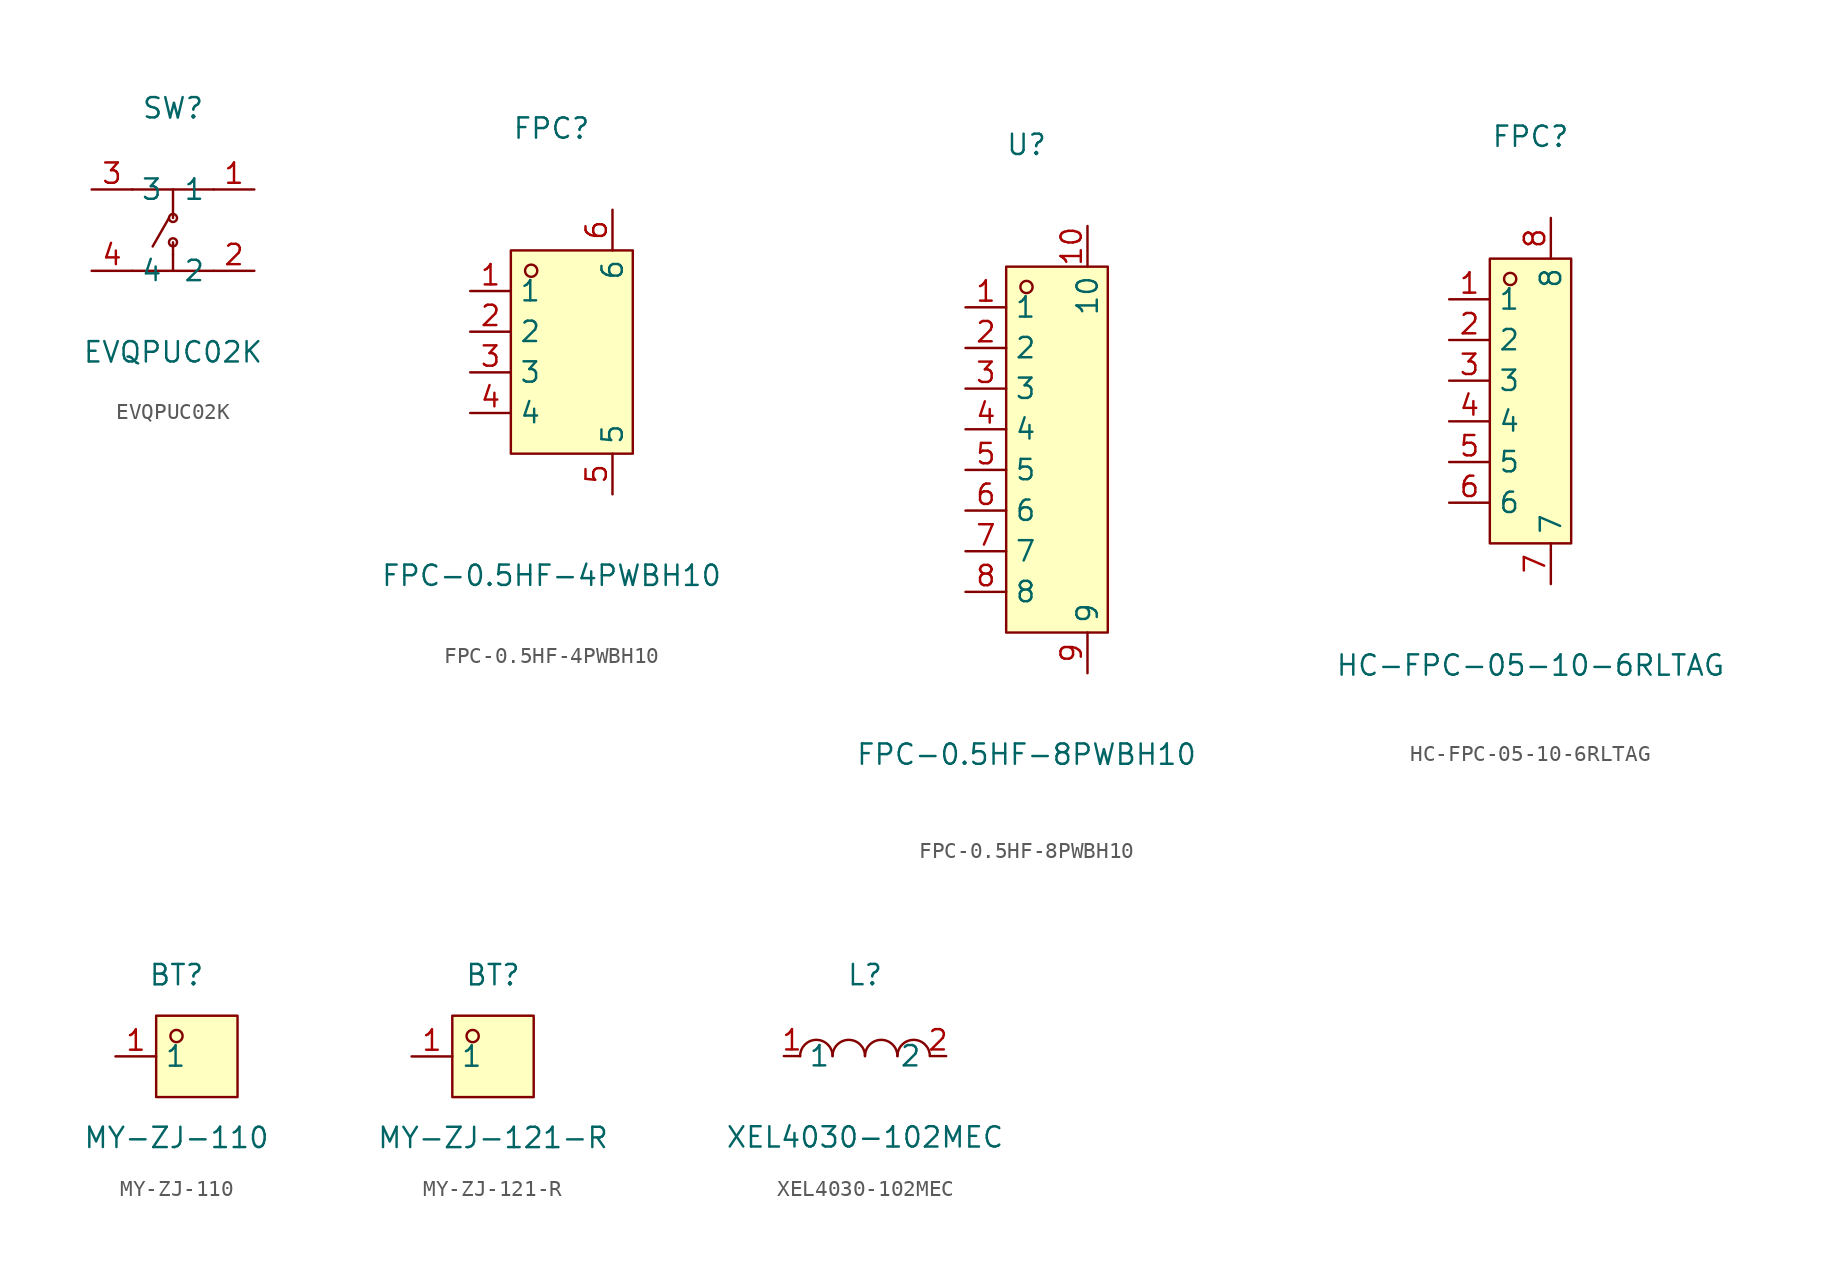
<source format=kicad_sym>
(kicad_symbol_lib
  (version 20211014)
  (generator https://github.com/uPesy/easyeda2kicad.py)
  (symbol "EVQPUC02K"
    (property "Reference" "SW"
      (at 0 7.62 0)
      (effects (font (size 1.27 1.27))))
    (property "Value" "EVQPUC02K"
      (at 0 -7.62 0)
      (effects (font (size 1.27 1.27))))
    (symbol "EVQPUC02K_0_1"
      (circle (center 0.00 -0.76) (radius 0.25) (stroke (width 0) (type default) (color 0 0 0 0)) (fill (type none)))
      (circle (center 0.00 0.76) (radius 0.25) (stroke (width 0) (type default) (color 0 0 0 0)) (fill (type none)))
      (polyline (pts (xy -1.27 -1.02) (xy -0.25 0.76)) (stroke (width 0) (type default) (color 0 0 0 0)) (fill (type none)))
      (polyline (pts (xy 0.00 -1.52) (xy 0.00 -0.76)) (stroke (width 0) (type default) (color 0 0 0 0)) (fill (type none)))
      (polyline (pts (xy 0.00 2.54) (xy 0.00 0.76)) (stroke (width 0) (type default) (color 0 0 0 0)) (fill (type none)))
      (polyline (pts (xy 0.00 -2.54) (xy 0.00 -1.52)) (stroke (width 0) (type default) (color 0 0 0 0)) (fill (type none)))
      (polyline (pts (xy -2.54 2.54) (xy 2.54 2.54)) (stroke (width 0) (type default) (color 0 0 0 0)) (fill (type none)))
      (polyline (pts (xy -2.54 -2.54) (xy 2.54 -2.54)) (stroke (width 0) (type default) (color 0 0 0 0)) (fill (type none)))
      (pin unspecified line (at 5.08 2.54 180) (length 2.54) (name "1" (effects (font (size 1.27 1.27)))) (number "1" (effects (font (size 1.27 1.27)))))
      (pin unspecified line (at -5.08 2.54 0) (length 2.54) (name "3" (effects (font (size 1.27 1.27)))) (number "3" (effects (font (size 1.27 1.27)))))
      (pin unspecified line (at 5.08 -2.54 180) (length 2.54) (name "2" (effects (font (size 1.27 1.27)))) (number "2" (effects (font (size 1.27 1.27)))))
      (pin unspecified line (at -5.08 -2.54 0) (length 2.54) (name "4" (effects (font (size 1.27 1.27)))) (number "4" (effects (font (size 1.27 1.27)))))))
  (symbol "FPC-0.5HF-4PWBH10"
    (property "Reference" "FPC"
      (at 0 13.97 0)
      (effects (font (size 1.27 1.27))))
    (property "Value" "FPC-0.5HF-4PWBH10"
      (at 0 -13.97 0)
      (effects (font (size 1.27 1.27))))
    (symbol "FPC-0.5HF-4PWBH10_0_1"
      (rectangle (start -2.54 6.35) (end 5.08 -6.35) (stroke (width 0) (type default) (color 0 0 0 0)) (fill (type background)))
      (circle (center -1.27 5.08) (radius 0.38) (stroke (width 0) (type default) (color 0 0 0 0)) (fill (type none)))
      (pin unspecified line (at -5.08 3.81 0) (length 2.54) (name "1" (effects (font (size 1.27 1.27)))) (number "1" (effects (font (size 1.27 1.27)))))
      (pin unspecified line (at -5.08 1.27 0) (length 2.54) (name "2" (effects (font (size 1.27 1.27)))) (number "2" (effects (font (size 1.27 1.27)))))
      (pin unspecified line (at -5.08 -1.27 0) (length 2.54) (name "3" (effects (font (size 1.27 1.27)))) (number "3" (effects (font (size 1.27 1.27)))))
      (pin unspecified line (at -5.08 -3.81 0) (length 2.54) (name "4" (effects (font (size 1.27 1.27)))) (number "4" (effects (font (size 1.27 1.27)))))
      (pin unspecified line (at 3.81 -8.89 90) (length 2.54) (name "5" (effects (font (size 1.27 1.27)))) (number "5" (effects (font (size 1.27 1.27)))))
      (pin unspecified line (at 3.81 8.89 270) (length 2.54) (name "6" (effects (font (size 1.27 1.27)))) (number "6" (effects (font (size 1.27 1.27)))))))
  (symbol "FPC-0.5HF-8PWBH10"
    (property "Reference" "U"
      (at 0 19.05 0)
      (effects (font (size 1.27 1.27))))
    (property "Value" "FPC-0.5HF-8PWBH10"
      (at 0 -19.05 0)
      (effects (font (size 1.27 1.27))))
    (symbol "FPC-0.5HF-8PWBH10_0_1"
      (rectangle (start -1.27 11.43) (end 5.08 -11.43) (stroke (width 0) (type default) (color 0 0 0 0)) (fill (type background)))
      (circle (center 0.00 10.16) (radius 0.38) (stroke (width 0) (type default) (color 0 0 0 0)) (fill (type none)))
      (pin unspecified line (at -3.81 8.89 0) (length 2.54) (name "1" (effects (font (size 1.27 1.27)))) (number "1" (effects (font (size 1.27 1.27)))))
      (pin unspecified line (at -3.81 6.35 0) (length 2.54) (name "2" (effects (font (size 1.27 1.27)))) (number "2" (effects (font (size 1.27 1.27)))))
      (pin unspecified line (at -3.81 3.81 0) (length 2.54) (name "3" (effects (font (size 1.27 1.27)))) (number "3" (effects (font (size 1.27 1.27)))))
      (pin unspecified line (at -3.81 1.27 0) (length 2.54) (name "4" (effects (font (size 1.27 1.27)))) (number "4" (effects (font (size 1.27 1.27)))))
      (pin unspecified line (at -3.81 -1.27 0) (length 2.54) (name "5" (effects (font (size 1.27 1.27)))) (number "5" (effects (font (size 1.27 1.27)))))
      (pin unspecified line (at -3.81 -3.81 0) (length 2.54) (name "6" (effects (font (size 1.27 1.27)))) (number "6" (effects (font (size 1.27 1.27)))))
      (pin unspecified line (at -3.81 -6.35 0) (length 2.54) (name "7" (effects (font (size 1.27 1.27)))) (number "7" (effects (font (size 1.27 1.27)))))
      (pin unspecified line (at -3.81 -8.89 0) (length 2.54) (name "8" (effects (font (size 1.27 1.27)))) (number "8" (effects (font (size 1.27 1.27)))))
      (pin unspecified line (at 3.81 -13.97 90) (length 2.54) (name "9" (effects (font (size 1.27 1.27)))) (number "9" (effects (font (size 1.27 1.27)))))
      (pin unspecified line (at 3.81 13.97 270) (length 2.54) (name "10" (effects (font (size 1.27 1.27)))) (number "10" (effects (font (size 1.27 1.27)))))))
  (symbol "HC-FPC-05-10-6RLTAG"
    (property "Reference" "FPC"
      (at 0 16.51 0)
      (effects (font (size 1.27 1.27))))
    (property "Value" "HC-FPC-05-10-6RLTAG"
      (at 0 -16.51 0)
      (effects (font (size 1.27 1.27))))
    (symbol "HC-FPC-05-10-6RLTAG_0_1"
      (rectangle (start -2.54 8.89) (end 2.54 -8.89) (stroke (width 0) (type default) (color 0 0 0 0)) (fill (type background)))
      (circle (center -1.27 7.62) (radius 0.38) (stroke (width 0) (type default) (color 0 0 0 0)) (fill (type none)))
      (pin unspecified line (at -5.08 6.35 0) (length 2.54) (name "1" (effects (font (size 1.27 1.27)))) (number "1" (effects (font (size 1.27 1.27)))))
      (pin unspecified line (at -5.08 3.81 0) (length 2.54) (name "2" (effects (font (size 1.27 1.27)))) (number "2" (effects (font (size 1.27 1.27)))))
      (pin unspecified line (at -5.08 1.27 0) (length 2.54) (name "3" (effects (font (size 1.27 1.27)))) (number "3" (effects (font (size 1.27 1.27)))))
      (pin unspecified line (at -5.08 -1.27 0) (length 2.54) (name "4" (effects (font (size 1.27 1.27)))) (number "4" (effects (font (size 1.27 1.27)))))
      (pin unspecified line (at -5.08 -3.81 0) (length 2.54) (name "5" (effects (font (size 1.27 1.27)))) (number "5" (effects (font (size 1.27 1.27)))))
      (pin unspecified line (at -5.08 -6.35 0) (length 2.54) (name "6" (effects (font (size 1.27 1.27)))) (number "6" (effects (font (size 1.27 1.27)))))
      (pin unspecified line (at 1.27 -11.43 90) (length 2.54) (name "7" (effects (font (size 1.27 1.27)))) (number "7" (effects (font (size 1.27 1.27)))))
      (pin unspecified line (at 1.27 11.43 270) (length 2.54) (name "8" (effects (font (size 1.27 1.27)))) (number "8" (effects (font (size 1.27 1.27)))))))
  (symbol "MY-ZJ-110"
    (property "Reference" "BT"
      (at 0 5.08 0)
      (effects (font (size 1.27 1.27))))
    (property "Value" "MY-ZJ-110"
      (at 0 -5.08 0)
      (effects (font (size 1.27 1.27))))
    (symbol "MY-ZJ-110_0_1"
      (rectangle (start -1.27 2.54) (end 3.81 -2.54) (stroke (width 0) (type default) (color 0 0 0 0)) (fill (type background)))
      (circle (center 0.00 1.27) (radius 0.38) (stroke (width 0) (type default) (color 0 0 0 0)) (fill (type none)))
      (pin unspecified line (at -3.81 -0.00 0) (length 2.54) (name "1" (effects (font (size 1.27 1.27)))) (number "1" (effects (font (size 1.27 1.27)))))))
  (symbol "MY-ZJ-121-R"
    (property "Reference" "BT"
      (at 0 5.08 0)
      (effects (font (size 1.27 1.27))))
    (property "Value" "MY-ZJ-121-R"
      (at 0 -5.08 0)
      (effects (font (size 1.27 1.27))))
    (symbol "MY-ZJ-121-R_0_1"
      (rectangle (start -2.54 2.54) (end 2.54 -2.54) (stroke (width 0) (type default) (color 0 0 0 0)) (fill (type background)))
      (circle (center -1.27 1.27) (radius 0.38) (stroke (width 0) (type default) (color 0 0 0 0)) (fill (type none)))
      (pin unspecified line (at -5.08 -0.00 0) (length 2.54) (name "1" (effects (font (size 1.27 1.27)))) (number "1" (effects (font (size 1.27 1.27)))))))
  (symbol "XEL4030-102MEC"
    (property "Reference" "L"
      (at 0 5.08 0)
      (effects (font (size 1.27 1.27))))
    (property "Value" "XEL4030-102MEC"
      (at 0 -5.08 0)
      (effects (font (size 1.27 1.27))))
    (symbol "XEL4030-102MEC_0_1"
      (arc (start -4.06 -0.01) (mid -2.83 0.99) (end -2.03 0.01) (stroke (width 0) (type default) (color 0 0 0 0)) (fill (type none)))
      (arc (start -2.03 -0.01) (mid -0.80 0.99) (end 0.00 0.01) (stroke (width 0) (type default) (color 0 0 0 0)) (fill (type none)))
      (arc (start 2.03 -0.01) (mid 3.26 0.99) (end 4.06 0.01) (stroke (width 0) (type default) (color 0 0 0 0)) (fill (type none)))
      (arc (start 0.00 -0.01) (mid 1.23 0.99) (end 2.03 0.01) (stroke (width 0) (type default) (color 0 0 0 0)) (fill (type none)))
      (pin unspecified line (at 5.08 -0.00 180) (length 1.016) (name "2" (effects (font (size 1.27 1.27)))) (number "2" (effects (font (size 1.27 1.27)))))
      (pin unspecified line (at -5.08 -0.00 0) (length 1.016) (name "1" (effects (font (size 1.27 1.27)))) (number "1" (effects (font (size 1.27 1.27))))))))
</source>
